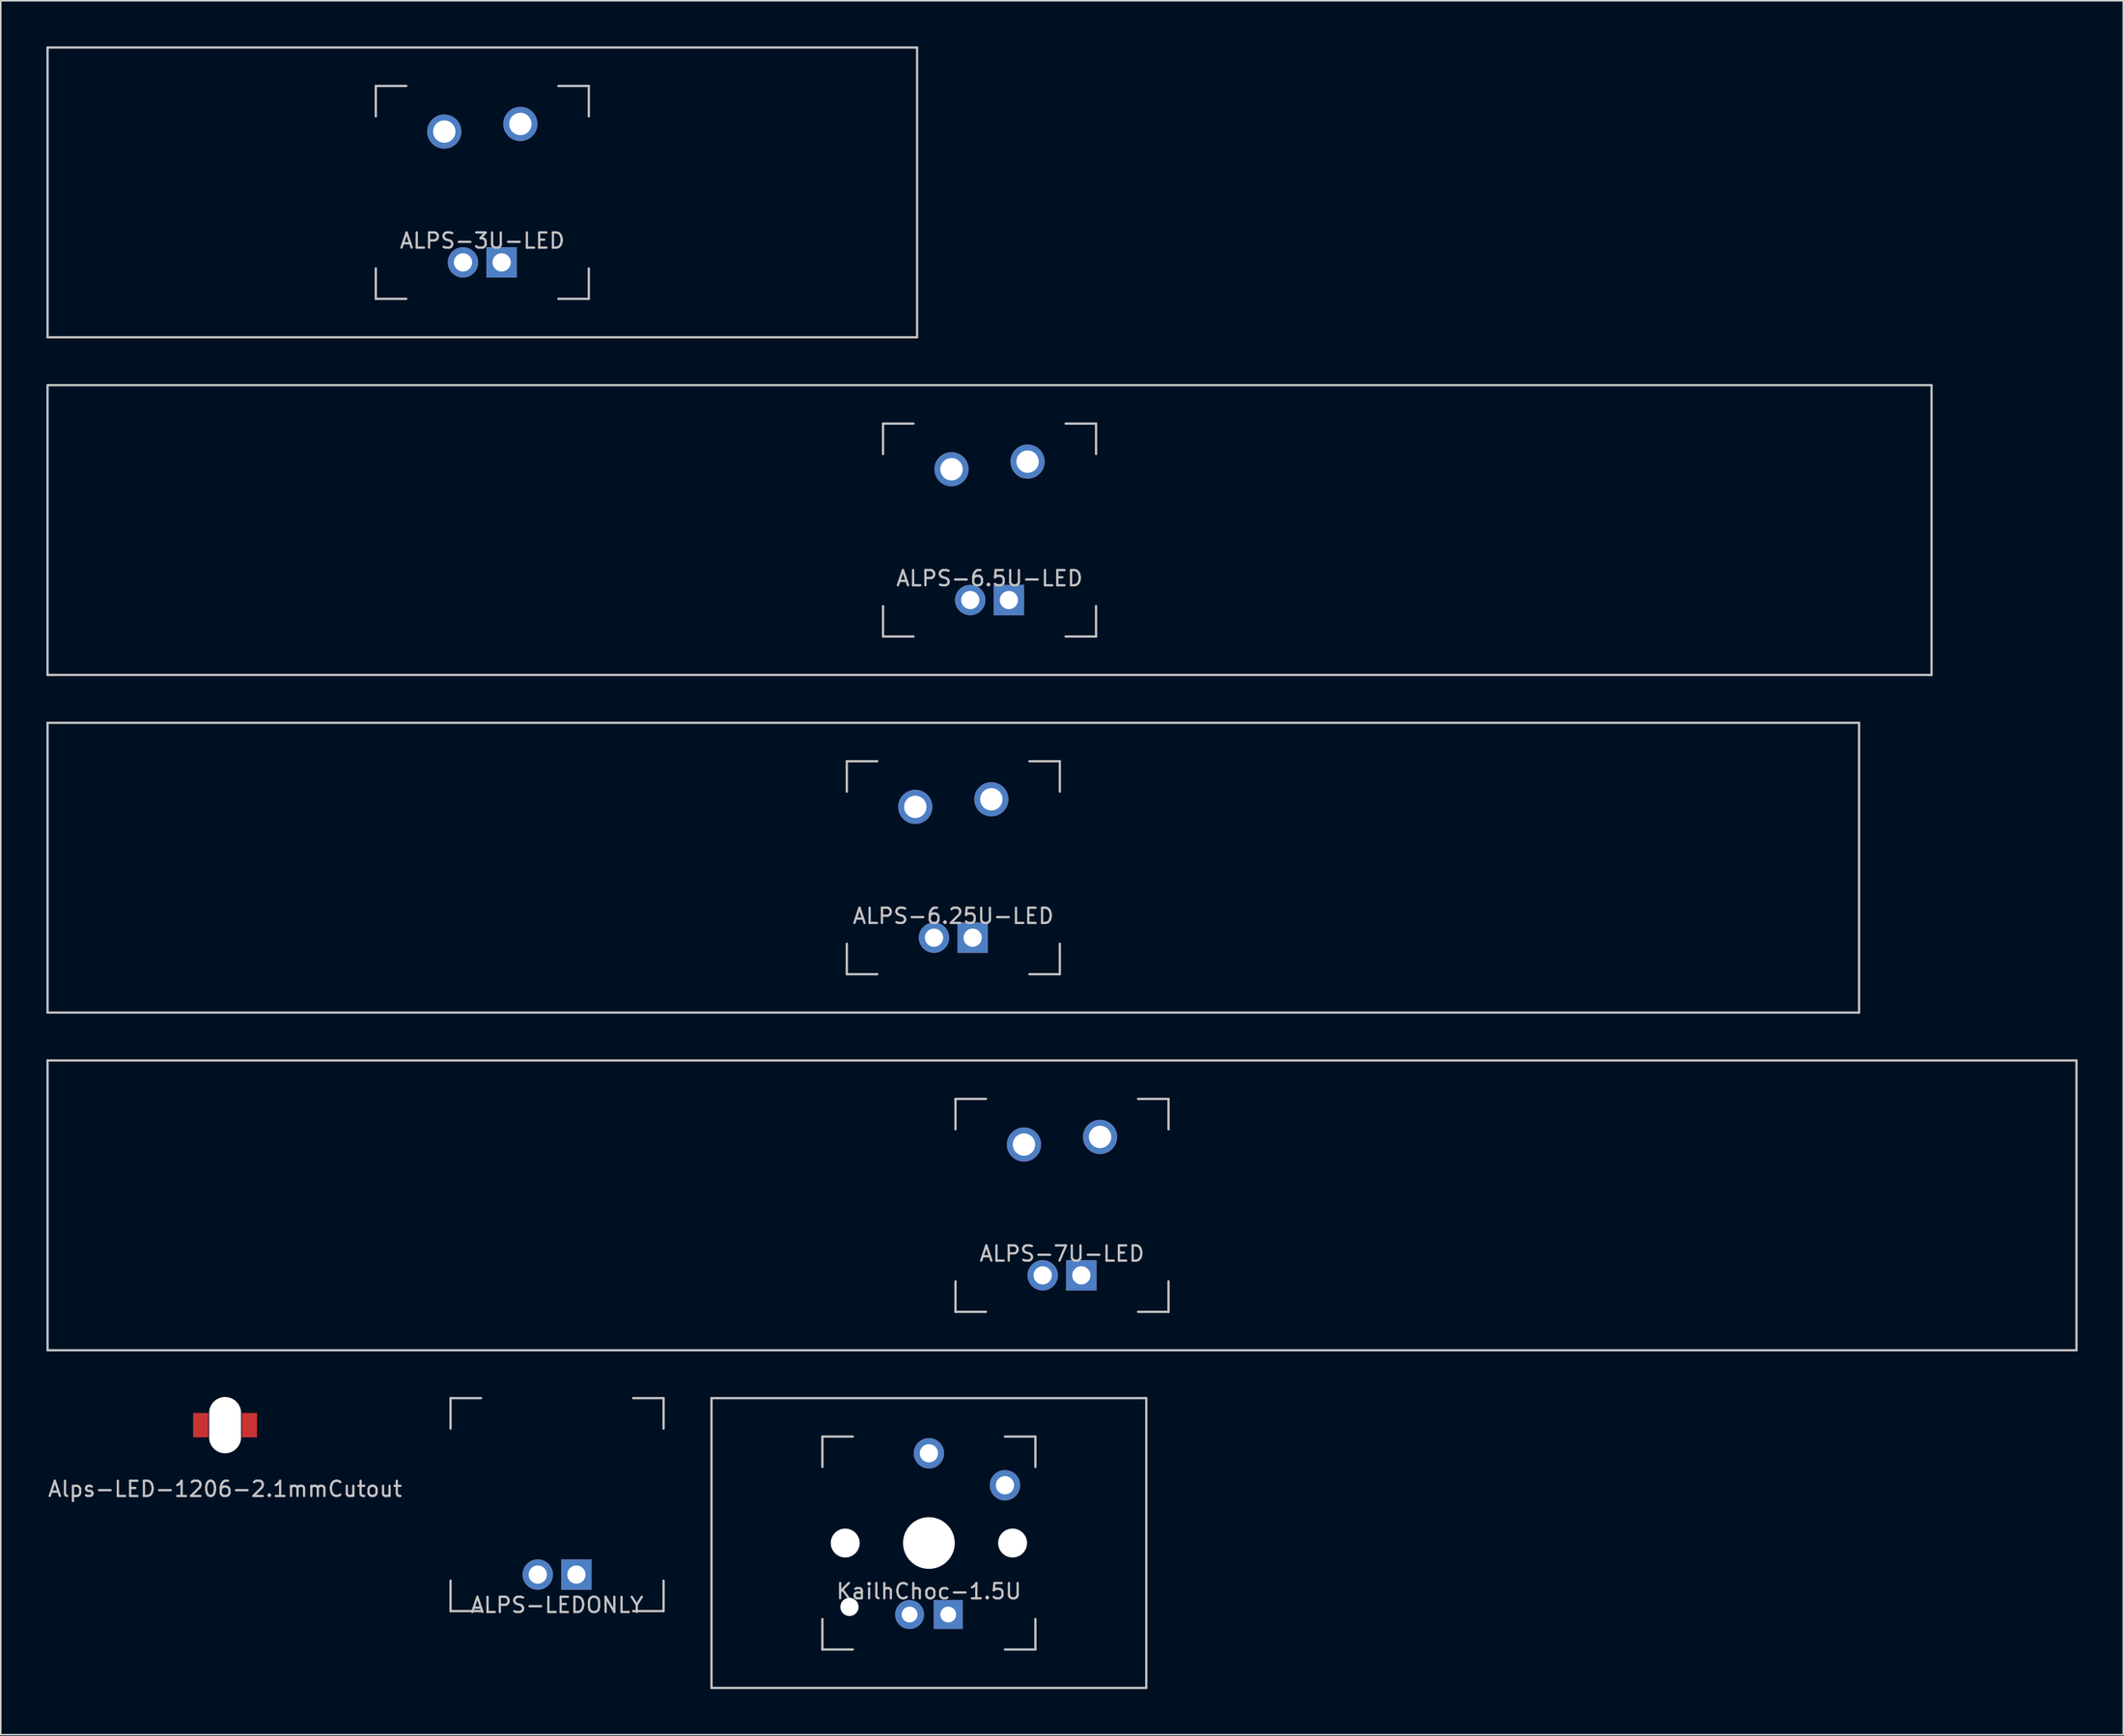
<source format=kicad_pcb>
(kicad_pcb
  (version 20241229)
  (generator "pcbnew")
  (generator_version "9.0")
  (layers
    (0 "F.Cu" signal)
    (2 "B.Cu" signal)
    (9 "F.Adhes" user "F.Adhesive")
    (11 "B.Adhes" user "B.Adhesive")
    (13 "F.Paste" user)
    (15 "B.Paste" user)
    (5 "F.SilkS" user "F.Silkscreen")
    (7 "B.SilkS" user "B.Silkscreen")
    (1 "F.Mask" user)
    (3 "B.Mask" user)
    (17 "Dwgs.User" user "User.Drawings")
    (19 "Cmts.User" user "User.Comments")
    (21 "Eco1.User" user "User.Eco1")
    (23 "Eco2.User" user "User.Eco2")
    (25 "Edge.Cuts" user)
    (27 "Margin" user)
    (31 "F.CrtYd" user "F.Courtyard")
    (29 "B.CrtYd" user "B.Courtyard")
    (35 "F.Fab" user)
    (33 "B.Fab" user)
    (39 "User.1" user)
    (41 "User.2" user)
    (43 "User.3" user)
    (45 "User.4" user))
  (footprint "KailhChoc-1.5U"
    (layer "F.Cu")
    (at 58.001 98.4)
    (property "Reference" "KailhChoc-1.5U" (at 0 3.175 0) (layer "Dwgs.User") (effects (font (size 1 1) (thickness 0.15))))
    (attr through_hole)
    (fp_line (start -14.287 -9.525) (end 14.287 -9.525) (stroke (width 0.15) (type solid)) (layer "Dwgs.User"))
    (fp_line (start -14.287 9.525) (end -14.287 -9.525) (stroke (width 0.15) (type solid)) (layer "Dwgs.User"))
    (fp_line (start -7 -7) (end -7 -5) (stroke (width 0.15) (type solid)) (layer "Dwgs.User"))
    (fp_line (start -7 5) (end -7 7) (stroke (width 0.15) (type solid)) (layer "Dwgs.User"))
    (fp_line (start -7 7) (end -5 7) (stroke (width 0.15) (type solid)) (layer "Dwgs.User"))
    (fp_line (start -5 -7) (end -7 -7) (stroke (width 0.15) (type solid)) (layer "Dwgs.User"))
    (fp_line (start 5 -7) (end 7 -7) (stroke (width 0.15) (type solid)) (layer "Dwgs.User"))
    (fp_line (start 5 7) (end 7 7) (stroke (width 0.15) (type solid)) (layer "Dwgs.User"))
    (fp_line (start 7 -7) (end 7 -5) (stroke (width 0.15) (type solid)) (layer "Dwgs.User"))
    (fp_line (start 7 7) (end 7 5) (stroke (width 0.15) (type solid)) (layer "Dwgs.User"))
    (fp_line (start 14.287 -9.525) (end 14.287 9.525) (stroke (width 0.15) (type solid)) (layer "Dwgs.User"))
    (fp_line (start 14.287 9.525) (end -14.287 9.525) (stroke (width 0.15) (type solid)) (layer "Dwgs.User"))
    (pad "" np_thru_hole circle (at -5.5 0 48.1) (size 1.9 1.9) (drill 1.9) (layers "*.Cu" "*.Mask"))
    (pad "" np_thru_hole circle (at -5.22 4.2) (size 1.2 1.2) (drill 1.2) (layers "*.Cu" "*.Mask"))
    (pad "" np_thru_hole circle (at 0 0) (size 3.4 3.4) (drill 3.4) (layers "*.Cu" "*.Mask"))
    (pad "" np_thru_hole circle (at 5.5 0 48.1) (size 1.9 1.9) (drill 1.9) (layers "*.Cu" "*.Mask"))
    (pad "1" thru_hole circle (at 5 -3.8) (size 2 2) (drill 1.2) (layers "*.Cu" "B.Mask"))
    (pad "2" thru_hole circle (at 0 -5.9) (size 2 2) (drill 1.2) (layers "*.Cu" "B.Mask"))
    (pad "3" thru_hole circle (at -1.27 4.7) (size 1.905 1.905) (drill 1.04) (layers "*.Cu" "*.Mask"))
    (pad "4" thru_hole rect (at 1.27 4.7) (size 1.905 1.905) (drill 1.04) (layers "*.Cu" "*.Mask")))
  (footprint "ALPS-6.25U-LED"
    (layer "F.Cu")
    (at 59.606 54)
    (property "Reference" "ALPS-6.25U-LED" (at 0 3.175 0) (layer "Dwgs.User") (effects (font (size 1 1) (thickness 0.15))))
    (attr through_hole)
    (fp_line (start -59.531 -9.525) (end 59.531 -9.525) (stroke (width 0.15) (type solid)) (layer "Dwgs.User"))
    (fp_line (start -59.531 9.525) (end -59.531 -9.525) (stroke (width 0.15) (type solid)) (layer "Dwgs.User"))
    (fp_line (start -59.531 9.525) (end 59.531 9.525) (stroke (width 0.15) (type solid)) (layer "Dwgs.User"))
    (fp_line (start -7 -7) (end -7 -5) (stroke (width 0.15) (type solid)) (layer "Dwgs.User"))
    (fp_line (start -7 5) (end -7 7) (stroke (width 0.15) (type solid)) (layer "Dwgs.User"))
    (fp_line (start -7 7) (end -5 7) (stroke (width 0.15) (type solid)) (layer "Dwgs.User"))
    (fp_line (start -5 -7) (end -7 -7) (stroke (width 0.15) (type solid)) (layer "Dwgs.User"))
    (fp_line (start 5 -7) (end 7 -7) (stroke (width 0.15) (type solid)) (layer "Dwgs.User"))
    (fp_line (start 5 7) (end 7 7) (stroke (width 0.15) (type solid)) (layer "Dwgs.User"))
    (fp_line (start 7 -7) (end 7 -5) (stroke (width 0.15) (type solid)) (layer "Dwgs.User"))
    (fp_line (start 7 7) (end 7 5) (stroke (width 0.15) (type solid)) (layer "Dwgs.User"))
    (fp_line (start 59.531 -9.525) (end 59.531 9.525) (stroke (width 0.15) (type solid)) (layer "Dwgs.User"))
    (pad "1" thru_hole circle (at -2.5 -4) (size 2.25 2.25) (drill 1.47) (layers "*.Cu" "B.Mask"))
    (pad "2" thru_hole circle (at 2.5 -4.5) (size 2.25 2.25) (drill 1.47) (layers "*.Cu" "B.Mask"))
    (pad "3" thru_hole circle (at -1.27 4.6) (size 2 2) (drill 1.2) (layers "*.Cu" "B.Mask"))
    (pad "4" thru_hole rect (at 1.27 4.6) (size 2 2) (drill 1.2) (layers "*.Cu" "B.Mask")))
  (footprint "ALPS-3U-LED"
    (layer "F.Cu")
    (at 28.65 9.6)
    (property "Reference" "ALPS-3U-LED" (at 0 3.175 0) (layer "Dwgs.User") (effects (font (size 1 1) (thickness 0.15))))
    (attr through_hole)
    (fp_line (start -28.575 -9.525) (end 28.575 -9.525) (stroke (width 0.15) (type solid)) (layer "Dwgs.User"))
    (fp_line (start -28.575 9.525) (end -28.575 -9.525) (stroke (width 0.15) (type solid)) (layer "Dwgs.User"))
    (fp_line (start -28.575 9.525) (end 28.575 9.525) (stroke (width 0.15) (type solid)) (layer "Dwgs.User"))
    (fp_line (start -7 -7) (end -7 -5) (stroke (width 0.15) (type solid)) (layer "Dwgs.User"))
    (fp_line (start -7 5) (end -7 7) (stroke (width 0.15) (type solid)) (layer "Dwgs.User"))
    (fp_line (start -7 7) (end -5 7) (stroke (width 0.15) (type solid)) (layer "Dwgs.User"))
    (fp_line (start -5 -7) (end -7 -7) (stroke (width 0.15) (type solid)) (layer "Dwgs.User"))
    (fp_line (start 5 -7) (end 7 -7) (stroke (width 0.15) (type solid)) (layer "Dwgs.User"))
    (fp_line (start 5 7) (end 7 7) (stroke (width 0.15) (type solid)) (layer "Dwgs.User"))
    (fp_line (start 7 -7) (end 7 -5) (stroke (width 0.15) (type solid)) (layer "Dwgs.User"))
    (fp_line (start 7 7) (end 7 5) (stroke (width 0.15) (type solid)) (layer "Dwgs.User"))
    (fp_line (start 28.575 -9.525) (end 28.575 9.525) (stroke (width 0.15) (type solid)) (layer "Dwgs.User"))
    (pad "1" thru_hole circle (at -2.5 -4) (size 2.25 2.25) (drill 1.47) (layers "*.Cu" "B.Mask"))
    (pad "2" thru_hole circle (at 2.5 -4.5) (size 2.25 2.25) (drill 1.47) (layers "*.Cu" "B.Mask"))
    (pad "3" thru_hole circle (at -1.27 4.6) (size 2 2) (drill 1.2) (layers "*.Cu" "B.Mask"))
    (pad "4" thru_hole rect (at 1.27 4.6) (size 2 2) (drill 1.2) (layers "*.Cu" "B.Mask")))
  (footprint "ALPS-6.5U-LED"
    (layer "F.Cu")
    (at 61.987 31.8)
    (property "Reference" "ALPS-6.5U-LED" (at 0 3.175 0) (layer "Dwgs.User") (effects (font (size 1 1) (thickness 0.15))))
    (attr through_hole)
    (fp_line (start -61.913 -9.525) (end 61.913 -9.525) (stroke (width 0.15) (type solid)) (layer "Dwgs.User"))
    (fp_line (start -61.913 9.525) (end -61.913 -9.525) (stroke (width 0.15) (type solid)) (layer "Dwgs.User"))
    (fp_line (start -61.913 9.525) (end 61.913 9.525) (stroke (width 0.15) (type solid)) (layer "Dwgs.User"))
    (fp_line (start -7 -7) (end -7 -5) (stroke (width 0.15) (type solid)) (layer "Dwgs.User"))
    (fp_line (start -7 5) (end -7 7) (stroke (width 0.15) (type solid)) (layer "Dwgs.User"))
    (fp_line (start -7 7) (end -5 7) (stroke (width 0.15) (type solid)) (layer "Dwgs.User"))
    (fp_line (start -5 -7) (end -7 -7) (stroke (width 0.15) (type solid)) (layer "Dwgs.User"))
    (fp_line (start 5 -7) (end 7 -7) (stroke (width 0.15) (type solid)) (layer "Dwgs.User"))
    (fp_line (start 5 7) (end 7 7) (stroke (width 0.15) (type solid)) (layer "Dwgs.User"))
    (fp_line (start 7 -7) (end 7 -5) (stroke (width 0.15) (type solid)) (layer "Dwgs.User"))
    (fp_line (start 7 7) (end 7 5) (stroke (width 0.15) (type solid)) (layer "Dwgs.User"))
    (fp_line (start 61.913 -9.525) (end 61.913 9.525) (stroke (width 0.15) (type solid)) (layer "Dwgs.User"))
    (pad "1" thru_hole circle (at -2.5 -4) (size 2.25 2.25) (drill 1.47) (layers "*.Cu" "B.Mask"))
    (pad "2" thru_hole circle (at 2.5 -4.5) (size 2.25 2.25) (drill 1.47) (layers "*.Cu" "B.Mask"))
    (pad "3" thru_hole circle (at -1.27 4.6) (size 2 2) (drill 1.2) (layers "*.Cu" "*.Mask"))
    (pad "4" thru_hole rect (at 1.27 4.6) (size 2 2) (drill 1.2) (layers "*.Cu" "*.Mask")))
  (footprint "ALPS-7U-LED"
    (layer "F.Cu")
    (at 66.75 76.2)
    (property "Reference" "ALPS-7U-LED" (at 0 3.175 0) (layer "Dwgs.User") (effects (font (size 1 1) (thickness 0.15))))
    (attr through_hole)
    (fp_line (start -66.675 -9.525) (end 66.675 -9.525) (stroke (width 0.15) (type solid)) (layer "Dwgs.User"))
    (fp_line (start -66.675 9.525) (end -66.675 -9.525) (stroke (width 0.15) (type solid)) (layer "Dwgs.User"))
    (fp_line (start -66.675 9.525) (end 66.675 9.525) (stroke (width 0.15) (type solid)) (layer "Dwgs.User"))
    (fp_line (start -7 -7) (end -7 -5) (stroke (width 0.15) (type solid)) (layer "Dwgs.User"))
    (fp_line (start -7 5) (end -7 7) (stroke (width 0.15) (type solid)) (layer "Dwgs.User"))
    (fp_line (start -7 7) (end -5 7) (stroke (width 0.15) (type solid)) (layer "Dwgs.User"))
    (fp_line (start -5 -7) (end -7 -7) (stroke (width 0.15) (type solid)) (layer "Dwgs.User"))
    (fp_line (start 5 -7) (end 7 -7) (stroke (width 0.15) (type solid)) (layer "Dwgs.User"))
    (fp_line (start 5 7) (end 7 7) (stroke (width 0.15) (type solid)) (layer "Dwgs.User"))
    (fp_line (start 7 -7) (end 7 -5) (stroke (width 0.15) (type solid)) (layer "Dwgs.User"))
    (fp_line (start 7 7) (end 7 5) (stroke (width 0.15) (type solid)) (layer "Dwgs.User"))
    (fp_line (start 66.675 -9.525) (end 66.675 9.525) (stroke (width 0.15) (type solid)) (layer "Dwgs.User"))
    (pad "1" thru_hole circle (at -2.5 -4) (size 2.25 2.25) (drill 1.47) (layers "*.Cu" "B.Mask"))
    (pad "2" thru_hole circle (at 2.5 -4.5) (size 2.25 2.25) (drill 1.47) (layers "*.Cu" "B.Mask"))
    (pad "3" thru_hole circle (at -1.27 4.6) (size 2 2) (drill 1.2) (layers "*.Cu" "*.Mask"))
    (pad "4" thru_hole rect (at 1.27 4.6) (size 2 2) (drill 1.2) (layers "*.Cu" "*.Mask")))
  (footprint "ALPS-LEDONLY"
    (layer "F.Cu")
    (at 33.563 95.875)
    (property "Reference" "ALPS-LEDONLY" (at 0 6.604 0) (layer "Dwgs.User") (effects (font (size 1 1) (thickness 0.15))))
    (attr through_hole)
    (fp_line (start -7 -7) (end -7 -5) (stroke (width 0.15) (type solid)) (layer "Dwgs.User"))
    (fp_line (start -7 5) (end -7 7) (stroke (width 0.15) (type solid)) (layer "Dwgs.User"))
    (fp_line (start -7 7) (end -5 7) (stroke (width 0.15) (type solid)) (layer "Dwgs.User"))
    (fp_line (start -5 -7) (end -7 -7) (stroke (width 0.15) (type solid)) (layer "Dwgs.User"))
    (fp_line (start 5 -7) (end 7 -7) (stroke (width 0.15) (type solid)) (layer "Dwgs.User"))
    (fp_line (start 5 7) (end 7 7) (stroke (width 0.15) (type solid)) (layer "Dwgs.User"))
    (fp_line (start 7 -7) (end 7 -5) (stroke (width 0.15) (type solid)) (layer "Dwgs.User"))
    (fp_line (start 7 7) (end 7 5) (stroke (width 0.15) (type solid)) (layer "Dwgs.User"))
    (pad "1" thru_hole circle (at -1.27 4.6) (size 2 2) (drill 1.2) (layers "*.Cu" "B.Mask"))
    (pad "2" thru_hole rect (at 1.27 4.6) (size 2 2) (drill 1.2) (layers "*.Cu" "B.Mask")))
  (footprint "Alps-LED-1206-2.1mmCutout"
    (layer "F.Cu")
    (at 11.744 90.65)
    (property "Reference" "Alps-LED-1206-2.1mmCutout" (at 0 4.2 0) (layer "Dwgs.User") (effects (font (size 1 1) (thickness 0.15))))
    (attr through_hole)
    (pad "" np_thru_hole oval (at 0 0) (size 2.1 3.7) (drill oval 2.1 3.7) (layers "*.Cu" "*.Mask"))
    (pad "1" smd rect (at -1.6 0) (size 1 1.6) (layers "F.Cu" "F.Mask" "F.Paste"))
    (pad "2" smd rect (at 1.6 0) (size 1 1.6) (layers "F.Cu" "F.Mask" "F.Paste")))
  (gr_rect
    (start -3 -3)
    (end 136.5 111)
    (stroke (width 0.1) (type default))
    (fill no)
    (layer "Edge.Cuts")))
</source>
